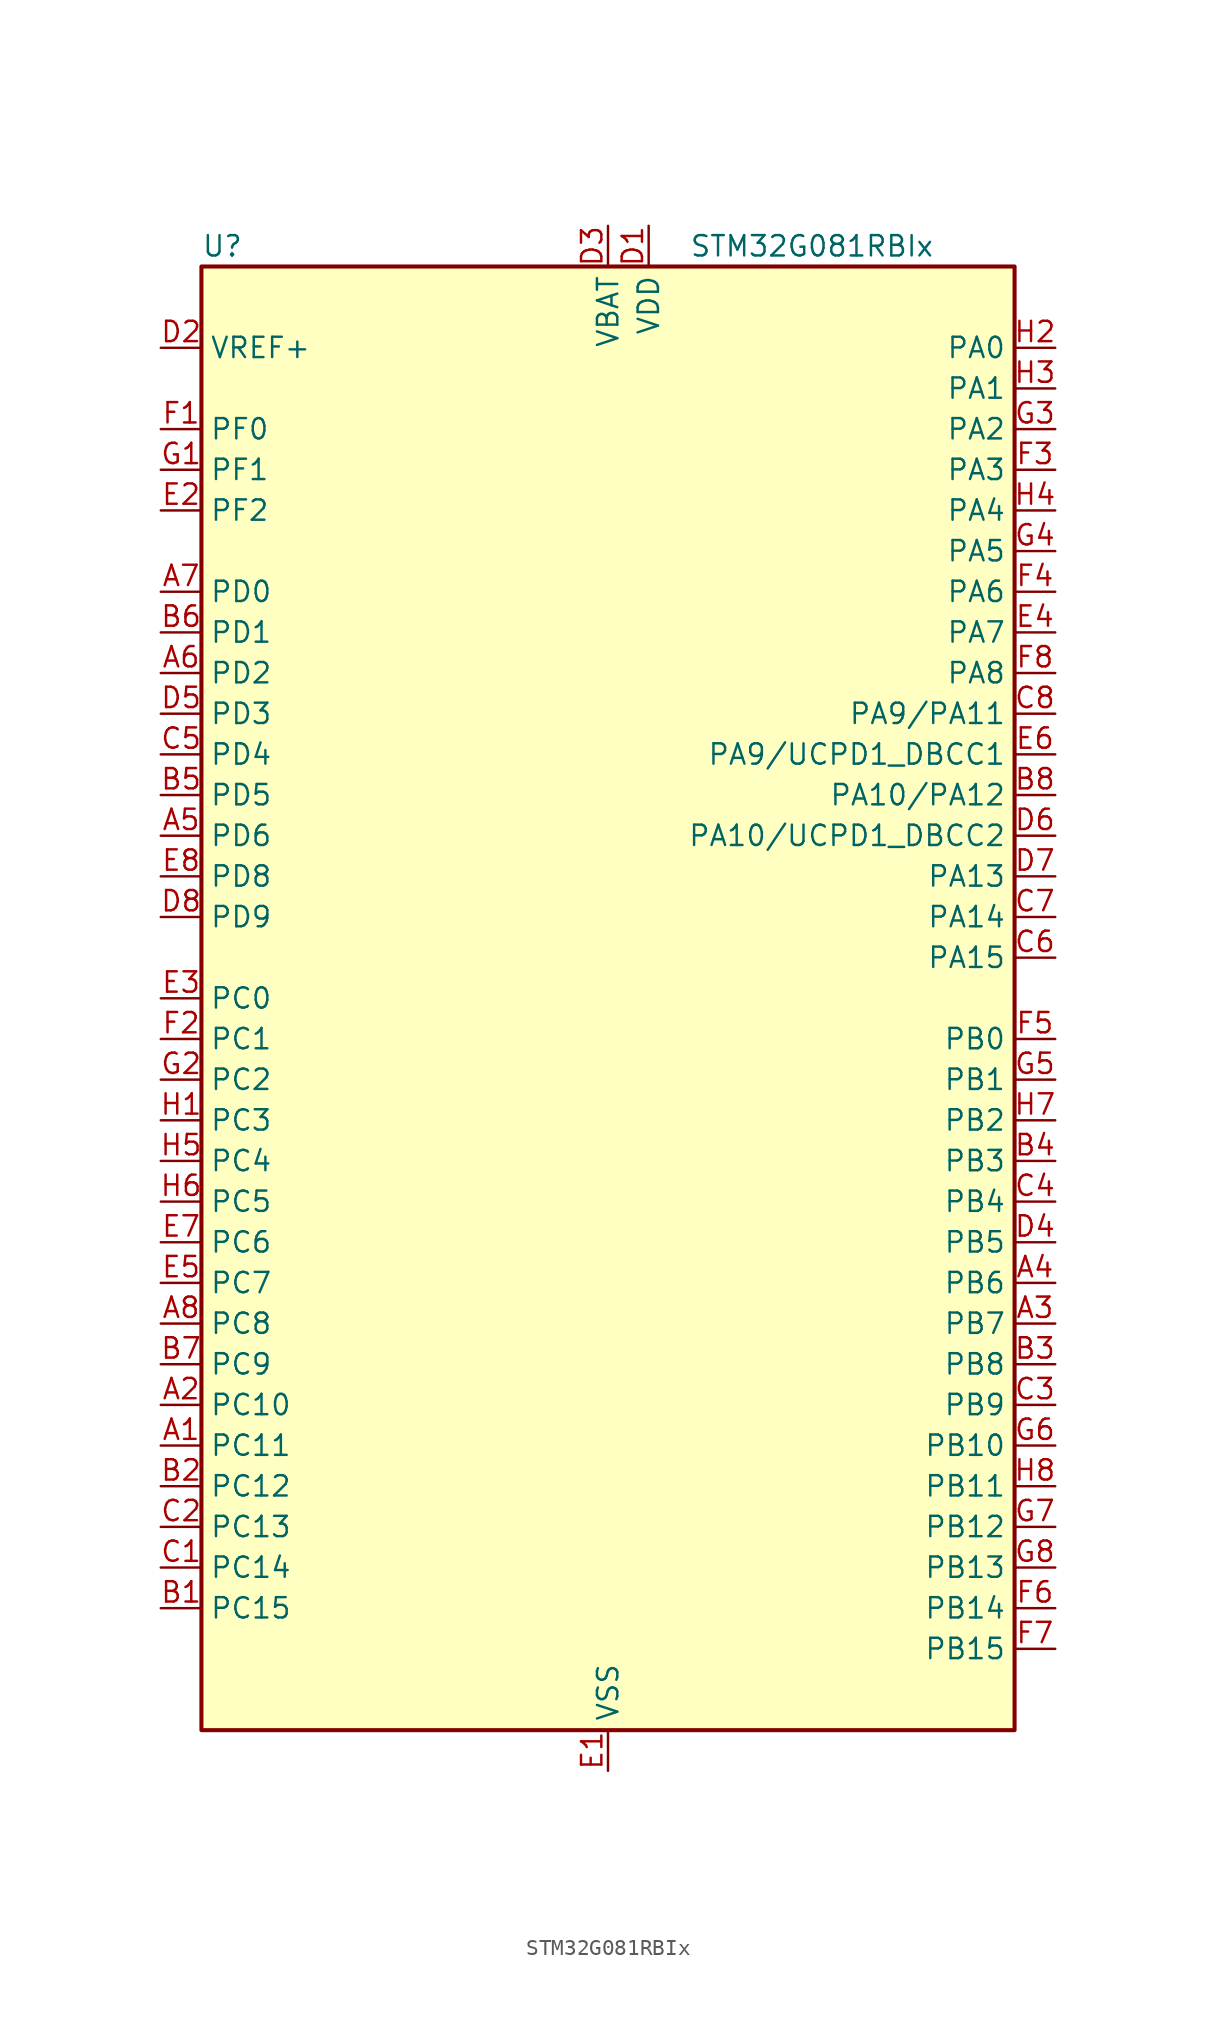
<source format=kicad_sym>
(kicad_symbol_lib
  (version 20231120)
  (generator "kicad-library-utils")
  (generator_version "8.0")
  (symbol "STM32G081RBIx"
    (property "Reference" "U"
      (at -25.4 46.99 0)
      (effects (font (size 1.27 1.27)) (justify left)))
    (property "Value" "STM32G081RBIx"
      (at 5.08 46.99 0)
      (effects (font (size 1.27 1.27)) (justify left)))
    (symbol "STM32G081RBIx_0_1"
      (rectangle (start -25.4 -45.72) (end 25.4 45.72) (stroke (width 0.254) (type default)) (fill (type background))))
    (symbol "STM32G081RBIx_1_1"
      (pin bidirectional line (at -27.94 -27.94 0) (length 2.54) (name "PC11" (effects (font (size 1.27 1.27)))) (number "A1" (effects (font (size 1.27 1.27)))) (alternate "ADC1_EXTI11" bidirectional line) (alternate "TIM1_CH4" bidirectional line) (alternate "USART3_RX" bidirectional line) (alternate "USART4_RX" bidirectional line))
      (pin bidirectional line (at -27.94 -25.4 0) (length 2.54) (name "PC10" (effects (font (size 1.27 1.27)))) (number "A2" (effects (font (size 1.27 1.27)))) (alternate "TIM1_CH3" bidirectional line) (alternate "USART3_TX" bidirectional line) (alternate "USART4_TX" bidirectional line))
      (pin bidirectional line (at 27.94 -20.32 180) (length 2.54) (name "PB7" (effects (font (size 1.27 1.27)))) (number "A3" (effects (font (size 1.27 1.27)))) (alternate "COMP2_INM" bidirectional line) (alternate "I2C1_SDA" bidirectional line) (alternate "LPTIM1_IN2" bidirectional line) (alternate "SPI2_MOSI" bidirectional line) (alternate "SYS_PVD_IN" bidirectional line) (alternate "TIM17_CH1N" bidirectional line) (alternate "USART1_RX" bidirectional line) (alternate "USART4_CTS" bidirectional line) (alternate "USART4_NSS" bidirectional line))
      (pin bidirectional line (at 27.94 -17.78 180) (length 2.54) (name "PB6" (effects (font (size 1.27 1.27)))) (number "A4" (effects (font (size 1.27 1.27)))) (alternate "COMP2_INP" bidirectional line) (alternate "I2C1_SCL" bidirectional line) (alternate "LPTIM1_ETR" bidirectional line) (alternate "SPI2_MISO" bidirectional line) (alternate "TIM16_CH1N" bidirectional line) (alternate "TIM1_CH3" bidirectional line) (alternate "USART1_TX" bidirectional line))
      (pin bidirectional line (at -27.94 10.16 0) (length 2.54) (name "PD6" (effects (font (size 1.27 1.27)))) (number "A5" (effects (font (size 1.27 1.27)))) (alternate "I2S1_SD" bidirectional line) (alternate "LPTIM2_OUT" bidirectional line) (alternate "SPI1_MOSI" bidirectional line) (alternate "USART2_RX" bidirectional line))
      (pin bidirectional line (at -27.94 20.32 0) (length 2.54) (name "PD2" (effects (font (size 1.27 1.27)))) (number "A6" (effects (font (size 1.27 1.27)))) (alternate "TIM1_CH1N" bidirectional line) (alternate "TIM3_ETR" bidirectional line) (alternate "UCPD2_CC2" bidirectional line) (alternate "USART3_CK" bidirectional line) (alternate "USART3_DE" bidirectional line) (alternate "USART3_RTS" bidirectional line))
      (pin bidirectional line (at -27.94 25.4 0) (length 2.54) (name "PD0" (effects (font (size 1.27 1.27)))) (number "A7" (effects (font (size 1.27 1.27)))) (alternate "SPI2_NSS" bidirectional line) (alternate "TIM16_CH1" bidirectional line) (alternate "UCPD2_CC1" bidirectional line))
      (pin bidirectional line (at -27.94 -20.32 0) (length 2.54) (name "PC8" (effects (font (size 1.27 1.27)))) (number "A8" (effects (font (size 1.27 1.27)))) (alternate "TIM1_CH1" bidirectional line) (alternate "TIM3_CH3" bidirectional line) (alternate "UCPD2_FRSTX1" bidirectional line) (alternate "UCPD2_FRSTX2" bidirectional line))
      (pin bidirectional line (at -27.94 -38.1 0) (length 2.54) (name "PC15" (effects (font (size 1.27 1.27)))) (number "B1" (effects (font (size 1.27 1.27)))) (alternate "RCC_OSC32_EN" bidirectional line) (alternate "RCC_OSC32_OUT" bidirectional line) (alternate "RCC_OSC_EN" bidirectional line) (alternate "TIM15_BK" bidirectional line))
      (pin bidirectional line (at -27.94 -30.48 0) (length 2.54) (name "PC12" (effects (font (size 1.27 1.27)))) (number "B2" (effects (font (size 1.27 1.27)))) (alternate "LPTIM1_IN1" bidirectional line) (alternate "TIM14_CH1" bidirectional line) (alternate "UCPD1_FRSTX1" bidirectional line) (alternate "UCPD1_FRSTX2" bidirectional line))
      (pin bidirectional line (at 27.94 -22.86 180) (length 2.54) (name "PB8" (effects (font (size 1.27 1.27)))) (number "B3" (effects (font (size 1.27 1.27)))) (alternate "CEC" bidirectional line) (alternate "I2C1_SCL" bidirectional line) (alternate "SPI2_SCK" bidirectional line) (alternate "TIM15_BK" bidirectional line) (alternate "TIM16_CH1" bidirectional line) (alternate "USART3_TX" bidirectional line))
      (pin bidirectional line (at 27.94 -10.16 180) (length 2.54) (name "PB3" (effects (font (size 1.27 1.27)))) (number "B4" (effects (font (size 1.27 1.27)))) (alternate "COMP2_INM" bidirectional line) (alternate "I2S1_CK" bidirectional line) (alternate "SPI1_SCK" bidirectional line) (alternate "TIM1_CH2" bidirectional line) (alternate "TIM2_CH2" bidirectional line) (alternate "USART1_CK" bidirectional line) (alternate "USART1_DE" bidirectional line) (alternate "USART1_RTS" bidirectional line))
      (pin bidirectional line (at -27.94 12.7 0) (length 2.54) (name "PD5" (effects (font (size 1.27 1.27)))) (number "B5" (effects (font (size 1.27 1.27)))) (alternate "I2S1_MCK" bidirectional line) (alternate "SPI1_MISO" bidirectional line) (alternate "TIM1_BK" bidirectional line) (alternate "USART2_TX" bidirectional line))
      (pin bidirectional line (at -27.94 22.86 0) (length 2.54) (name "PD1" (effects (font (size 1.27 1.27)))) (number "B6" (effects (font (size 1.27 1.27)))) (alternate "SPI2_SCK" bidirectional line) (alternate "TIM17_CH1" bidirectional line) (alternate "UCPD2_DBCC1" bidirectional line))
      (pin bidirectional line (at -27.94 -22.86 0) (length 2.54) (name "PC9" (effects (font (size 1.27 1.27)))) (number "B7" (effects (font (size 1.27 1.27)))) (alternate "DAC1_EXTI9" bidirectional line) (alternate "I2S_CKIN" bidirectional line) (alternate "TIM1_CH2" bidirectional line) (alternate "TIM3_CH4" bidirectional line))
      (pin bidirectional line (at 27.94 12.7 180) (length 2.54) (name "PA10/PA12" (effects (font (size 1.27 1.27)))) (number "B8" (effects (font (size 1.27 1.27)))) (alternate "PA10" bidirectional line) (alternate "I2C1_SDA (PA10)" bidirectional line) (alternate "SPI2_MOSI (PA10)" bidirectional line) (alternate "TIM17_BK (PA10)" bidirectional line) (alternate "TIM1_CH3 (PA10)" bidirectional line) (alternate "USART1_RX (PA10)" bidirectional line) (alternate "PA12" bidirectional line) (alternate "COMP2_OUT (PA12)" bidirectional line) (alternate "I2C2_SDA (PA12)" bidirectional line) (alternate "I2S1_SD (PA12)" bidirectional line) (alternate "I2S_CKIN (PA12)" bidirectional line) (alternate "SPI1_MOSI (PA12)" bidirectional line) (alternate "TIM1_ETR (PA12)" bidirectional line) (alternate "USART1_CK (PA12)" bidirectional line) (alternate "USART1_DE (PA12)" bidirectional line) (alternate "USART1_RTS (PA12)" bidirectional line))
      (pin bidirectional line (at -27.94 -35.56 0) (length 2.54) (name "PC14" (effects (font (size 1.27 1.27)))) (number "C1" (effects (font (size 1.27 1.27)))) (alternate "RCC_OSC32_IN" bidirectional line) (alternate "TIM1_BK2" bidirectional line))
      (pin bidirectional line (at -27.94 -33.02 0) (length 2.54) (name "PC13" (effects (font (size 1.27 1.27)))) (number "C2" (effects (font (size 1.27 1.27)))) (alternate "RTC_OUT_ALARM" bidirectional line) (alternate "RTC_OUT_CALIB" bidirectional line) (alternate "RTC_TAMP_IN1" bidirectional line) (alternate "RTC_TS" bidirectional line) (alternate "SYS_WKUP2" bidirectional line) (alternate "TIM1_BK" bidirectional line))
      (pin bidirectional line (at 27.94 -25.4 180) (length 2.54) (name "PB9" (effects (font (size 1.27 1.27)))) (number "C3" (effects (font (size 1.27 1.27)))) (alternate "DAC1_EXTI9" bidirectional line) (alternate "I2C1_SDA" bidirectional line) (alternate "IR_OUT" bidirectional line) (alternate "SPI2_NSS" bidirectional line) (alternate "TIM17_CH1" bidirectional line) (alternate "UCPD2_FRSTX1" bidirectional line) (alternate "UCPD2_FRSTX2" bidirectional line) (alternate "USART3_RX" bidirectional line))
      (pin bidirectional line (at 27.94 -12.7 180) (length 2.54) (name "PB4" (effects (font (size 1.27 1.27)))) (number "C4" (effects (font (size 1.27 1.27)))) (alternate "COMP2_INP" bidirectional line) (alternate "I2S1_MCK" bidirectional line) (alternate "SPI1_MISO" bidirectional line) (alternate "TIM17_BK" bidirectional line) (alternate "TIM3_CH1" bidirectional line) (alternate "USART1_CTS" bidirectional line) (alternate "USART1_NSS" bidirectional line))
      (pin bidirectional line (at -27.94 15.24 0) (length 2.54) (name "PD4" (effects (font (size 1.27 1.27)))) (number "C5" (effects (font (size 1.27 1.27)))) (alternate "SPI2_MOSI" bidirectional line) (alternate "TIM1_CH3N" bidirectional line) (alternate "USART2_CK" bidirectional line) (alternate "USART2_DE" bidirectional line) (alternate "USART2_RTS" bidirectional line))
      (pin bidirectional line (at 27.94 2.54 180) (length 2.54) (name "PA15" (effects (font (size 1.27 1.27)))) (number "C6" (effects (font (size 1.27 1.27)))) (alternate "I2S1_WS" bidirectional line) (alternate "SPI1_NSS" bidirectional line) (alternate "TIM2_CH1" bidirectional line) (alternate "TIM2_ETR" bidirectional line) (alternate "USART2_RX" bidirectional line) (alternate "USART3_CK" bidirectional line) (alternate "USART3_DE" bidirectional line) (alternate "USART3_RTS" bidirectional line) (alternate "USART4_CK" bidirectional line) (alternate "USART4_DE" bidirectional line) (alternate "USART4_RTS" bidirectional line))
      (pin bidirectional line (at 27.94 5.08 180) (length 2.54) (name "PA14" (effects (font (size 1.27 1.27)))) (number "C7" (effects (font (size 1.27 1.27)))) (alternate "SYS_SWCLK" bidirectional line) (alternate "USART2_TX" bidirectional line))
      (pin bidirectional line (at 27.94 17.78 180) (length 2.54) (name "PA9/PA11" (effects (font (size 1.27 1.27)))) (number "C8" (effects (font (size 1.27 1.27)))) (alternate "PA9" bidirectional line) (alternate "DAC1_EXTI9 (PA9)" bidirectional line) (alternate "I2C1_SCL (PA9)" bidirectional line) (alternate "RCC_MCO (PA9)" bidirectional line) (alternate "SPI2_MISO (PA9)" bidirectional line) (alternate "TIM15_BK (PA9)" bidirectional line) (alternate "TIM1_CH2 (PA9)" bidirectional line) (alternate "USART1_TX (PA9)" bidirectional line) (alternate "PA11" bidirectional line) (alternate "ADC1_EXTI11 (PA11)" bidirectional line) (alternate "COMP1_OUT (PA11)" bidirectional line) (alternate "I2C2_SCL (PA11)" bidirectional line) (alternate "I2S1_MCK (PA11)" bidirectional line) (alternate "SPI1_MISO (PA11)" bidirectional line) (alternate "TIM1_BK2 (PA11)" bidirectional line) (alternate "TIM1_CH4 (PA11)" bidirectional line) (alternate "USART1_CTS (PA11)" bidirectional line) (alternate "USART1_NSS (PA11)" bidirectional line))
      (pin power_in line (at 2.54 48.26 270) (length 2.54) (name "VDD" (effects (font (size 1.27 1.27)))) (number "D1" (effects (font (size 1.27 1.27)))))
      (pin input line (at -27.94 40.64 0) (length 2.54) (name "VREF+" (effects (font (size 1.27 1.27)))) (number "D2" (effects (font (size 1.27 1.27)))) (alternate "VREFBUF_OUT" bidirectional line))
      (pin power_in line (at 0 48.26 270) (length 2.54) (name "VBAT" (effects (font (size 1.27 1.27)))) (number "D3" (effects (font (size 1.27 1.27)))))
      (pin bidirectional line (at 27.94 -15.24 180) (length 2.54) (name "PB5" (effects (font (size 1.27 1.27)))) (number "D4" (effects (font (size 1.27 1.27)))) (alternate "COMP2_OUT" bidirectional line) (alternate "I2C1_SMBA" bidirectional line) (alternate "I2S1_SD" bidirectional line) (alternate "LPTIM1_IN1" bidirectional line) (alternate "SPI1_MOSI" bidirectional line) (alternate "SYS_WKUP6" bidirectional line) (alternate "TIM16_BK" bidirectional line) (alternate "TIM3_CH2" bidirectional line))
      (pin bidirectional line (at -27.94 17.78 0) (length 2.54) (name "PD3" (effects (font (size 1.27 1.27)))) (number "D5" (effects (font (size 1.27 1.27)))) (alternate "SPI2_MISO" bidirectional line) (alternate "TIM1_CH2N" bidirectional line) (alternate "UCPD2_DBCC2" bidirectional line) (alternate "USART2_CTS" bidirectional line) (alternate "USART2_NSS" bidirectional line))
      (pin bidirectional line (at 27.94 10.16 180) (length 2.54) (name "PA10/UCPD1_DBCC2" (effects (font (size 1.27 1.27)))) (number "D6" (effects (font (size 1.27 1.27)))) (alternate "PA10" bidirectional line) (alternate "I2C1_SDA (PA10)" bidirectional line) (alternate "SPI2_MOSI (PA10)" bidirectional line) (alternate "TIM17_BK (PA10)" bidirectional line) (alternate "TIM1_CH3 (PA10)" bidirectional line) (alternate "UCPD1_DBCC2 (PA10)" bidirectional line) (alternate "USART1_RX (PA10)" bidirectional line) (alternate "UCPD1_DBCC2" bidirectional line) (alternate "UCPD1_DBCC2 (UCPD1_DBCC2)" bidirectional line))
      (pin bidirectional line (at 27.94 7.62 180) (length 2.54) (name "PA13" (effects (font (size 1.27 1.27)))) (number "D7" (effects (font (size 1.27 1.27)))) (alternate "IR_OUT" bidirectional line) (alternate "SYS_SWDIO" bidirectional line))
      (pin bidirectional line (at -27.94 5.08 0) (length 2.54) (name "PD9" (effects (font (size 1.27 1.27)))) (number "D8" (effects (font (size 1.27 1.27)))) (alternate "DAC1_EXTI9" bidirectional line) (alternate "I2S1_WS" bidirectional line) (alternate "SPI1_NSS" bidirectional line) (alternate "TIM1_BK2" bidirectional line) (alternate "USART3_RX" bidirectional line))
      (pin power_in line (at 0 -48.26 90) (length 2.54) (name "VSS" (effects (font (size 1.27 1.27)))) (number "E1" (effects (font (size 1.27 1.27)))))
      (pin bidirectional line (at -27.94 30.48 0) (length 2.54) (name "PF2" (effects (font (size 1.27 1.27)))) (number "E2" (effects (font (size 1.27 1.27)))) (alternate "RCC_MCO" bidirectional line))
      (pin bidirectional line (at -27.94 0 0) (length 2.54) (name "PC0" (effects (font (size 1.27 1.27)))) (number "E3" (effects (font (size 1.27 1.27)))) (alternate "LPTIM1_IN1" bidirectional line) (alternate "LPTIM2_IN1" bidirectional line) (alternate "LPUART1_RX" bidirectional line))
      (pin bidirectional line (at 27.94 22.86 180) (length 2.54) (name "PA7" (effects (font (size 1.27 1.27)))) (number "E4" (effects (font (size 1.27 1.27)))) (alternate "ADC1_IN7" bidirectional line) (alternate "COMP2_OUT" bidirectional line) (alternate "I2S1_SD" bidirectional line) (alternate "SPI1_MOSI" bidirectional line) (alternate "TIM14_CH1" bidirectional line) (alternate "TIM17_CH1" bidirectional line) (alternate "TIM1_CH1N" bidirectional line) (alternate "TIM3_CH2" bidirectional line) (alternate "UCPD1_FRSTX1" bidirectional line) (alternate "UCPD1_FRSTX2" bidirectional line))
      (pin bidirectional line (at -27.94 -17.78 0) (length 2.54) (name "PC7" (effects (font (size 1.27 1.27)))) (number "E5" (effects (font (size 1.27 1.27)))) (alternate "TIM2_CH4" bidirectional line) (alternate "TIM3_CH2" bidirectional line) (alternate "UCPD2_FRSTX1" bidirectional line) (alternate "UCPD2_FRSTX2" bidirectional line))
      (pin bidirectional line (at 27.94 15.24 180) (length 2.54) (name "PA9/UCPD1_DBCC1" (effects (font (size 1.27 1.27)))) (number "E6" (effects (font (size 1.27 1.27)))) (alternate "PA9" bidirectional line) (alternate "DAC1_EXTI9 (PA9)" bidirectional line) (alternate "I2C1_SCL (PA9)" bidirectional line) (alternate "RCC_MCO (PA9)" bidirectional line) (alternate "SPI2_MISO (PA9)" bidirectional line) (alternate "TIM15_BK (PA9)" bidirectional line) (alternate "TIM1_CH2 (PA9)" bidirectional line) (alternate "UCPD1_DBCC1 (PA9)" bidirectional line) (alternate "USART1_TX (PA9)" bidirectional line) (alternate "UCPD1_DBCC1" bidirectional line) (alternate "UCPD1_DBCC1 (UCPD1_DBCC1)" bidirectional line))
      (pin bidirectional line (at -27.94 -15.24 0) (length 2.54) (name "PC6" (effects (font (size 1.27 1.27)))) (number "E7" (effects (font (size 1.27 1.27)))) (alternate "TIM2_CH3" bidirectional line) (alternate "TIM3_CH1" bidirectional line) (alternate "UCPD1_FRSTX1" bidirectional line) (alternate "UCPD1_FRSTX2" bidirectional line))
      (pin bidirectional line (at -27.94 7.62 0) (length 2.54) (name "PD8" (effects (font (size 1.27 1.27)))) (number "E8" (effects (font (size 1.27 1.27)))) (alternate "I2S1_CK" bidirectional line) (alternate "LPTIM1_OUT" bidirectional line) (alternate "SPI1_SCK" bidirectional line) (alternate "USART3_TX" bidirectional line))
      (pin bidirectional line (at -27.94 35.56 0) (length 2.54) (name "PF0" (effects (font (size 1.27 1.27)))) (number "F1" (effects (font (size 1.27 1.27)))) (alternate "RCC_OSC_IN" bidirectional line) (alternate "TIM14_CH1" bidirectional line))
      (pin bidirectional line (at -27.94 -2.54 0) (length 2.54) (name "PC1" (effects (font (size 1.27 1.27)))) (number "F2" (effects (font (size 1.27 1.27)))) (alternate "LPTIM1_OUT" bidirectional line) (alternate "LPUART1_TX" bidirectional line) (alternate "TIM15_CH1" bidirectional line))
      (pin bidirectional line (at 27.94 33.02 180) (length 2.54) (name "PA3" (effects (font (size 1.27 1.27)))) (number "F3" (effects (font (size 1.27 1.27)))) (alternate "ADC1_IN3" bidirectional line) (alternate "COMP2_INP" bidirectional line) (alternate "LPUART1_RX" bidirectional line) (alternate "SPI2_MISO" bidirectional line) (alternate "TIM15_CH2" bidirectional line) (alternate "TIM2_CH4" bidirectional line) (alternate "UCPD2_FRSTX1" bidirectional line) (alternate "UCPD2_FRSTX2" bidirectional line) (alternate "USART2_RX" bidirectional line))
      (pin bidirectional line (at 27.94 25.4 180) (length 2.54) (name "PA6" (effects (font (size 1.27 1.27)))) (number "F4" (effects (font (size 1.27 1.27)))) (alternate "ADC1_IN6" bidirectional line) (alternate "COMP1_OUT" bidirectional line) (alternate "I2S1_MCK" bidirectional line) (alternate "LPUART1_CTS" bidirectional line) (alternate "SPI1_MISO" bidirectional line) (alternate "TIM16_CH1" bidirectional line) (alternate "TIM1_BK" bidirectional line) (alternate "TIM3_CH1" bidirectional line) (alternate "USART3_CTS" bidirectional line) (alternate "USART3_NSS" bidirectional line))
      (pin bidirectional line (at 27.94 -2.54 180) (length 2.54) (name "PB0" (effects (font (size 1.27 1.27)))) (number "F5" (effects (font (size 1.27 1.27)))) (alternate "ADC1_IN8" bidirectional line) (alternate "COMP1_OUT" bidirectional line) (alternate "I2S1_WS" bidirectional line) (alternate "LPTIM1_OUT" bidirectional line) (alternate "SPI1_NSS" bidirectional line) (alternate "TIM1_CH2N" bidirectional line) (alternate "TIM3_CH3" bidirectional line) (alternate "UCPD1_FRSTX1" bidirectional line) (alternate "UCPD1_FRSTX2" bidirectional line) (alternate "USART3_RX" bidirectional line))
      (pin bidirectional line (at 27.94 -38.1 180) (length 2.54) (name "PB14" (effects (font (size 1.27 1.27)))) (number "F6" (effects (font (size 1.27 1.27)))) (alternate "I2C2_SDA" bidirectional line) (alternate "SPI2_MISO" bidirectional line) (alternate "TIM15_CH1" bidirectional line) (alternate "TIM1_CH2N" bidirectional line) (alternate "UCPD1_FRSTX1" bidirectional line) (alternate "UCPD1_FRSTX2" bidirectional line) (alternate "USART3_CK" bidirectional line) (alternate "USART3_DE" bidirectional line) (alternate "USART3_RTS" bidirectional line))
      (pin bidirectional line (at 27.94 -40.64 180) (length 2.54) (name "PB15" (effects (font (size 1.27 1.27)))) (number "F7" (effects (font (size 1.27 1.27)))) (alternate "RTC_REFIN" bidirectional line) (alternate "SPI2_MOSI" bidirectional line) (alternate "TIM15_CH1N" bidirectional line) (alternate "TIM15_CH2" bidirectional line) (alternate "TIM1_CH3N" bidirectional line) (alternate "UCPD1_CC2" bidirectional line))
      (pin bidirectional line (at 27.94 20.32 180) (length 2.54) (name "PA8" (effects (font (size 1.27 1.27)))) (number "F8" (effects (font (size 1.27 1.27)))) (alternate "LPTIM2_OUT" bidirectional line) (alternate "RCC_MCO" bidirectional line) (alternate "SPI2_NSS" bidirectional line) (alternate "TIM1_CH1" bidirectional line) (alternate "UCPD1_CC1" bidirectional line))
      (pin bidirectional line (at -27.94 33.02 0) (length 2.54) (name "PF1" (effects (font (size 1.27 1.27)))) (number "G1" (effects (font (size 1.27 1.27)))) (alternate "RCC_OSC_EN" bidirectional line) (alternate "RCC_OSC_OUT" bidirectional line) (alternate "TIM15_CH1N" bidirectional line))
      (pin bidirectional line (at -27.94 -5.08 0) (length 2.54) (name "PC2" (effects (font (size 1.27 1.27)))) (number "G2" (effects (font (size 1.27 1.27)))) (alternate "LPTIM1_IN2" bidirectional line) (alternate "SPI2_MISO" bidirectional line) (alternate "TIM15_CH2" bidirectional line))
      (pin bidirectional line (at 27.94 35.56 180) (length 2.54) (name "PA2" (effects (font (size 1.27 1.27)))) (number "G3" (effects (font (size 1.27 1.27)))) (alternate "ADC1_IN2" bidirectional line) (alternate "COMP2_INM" bidirectional line) (alternate "COMP2_OUT" bidirectional line) (alternate "I2S1_SD" bidirectional line) (alternate "LPUART1_TX" bidirectional line) (alternate "RCC_LSCO" bidirectional line) (alternate "SPI1_MOSI" bidirectional line) (alternate "SYS_WKUP4" bidirectional line) (alternate "TIM15_CH1" bidirectional line) (alternate "TIM2_CH3" bidirectional line) (alternate "UCPD1_FRSTX1" bidirectional line) (alternate "UCPD1_FRSTX2" bidirectional line) (alternate "USART2_TX" bidirectional line))
      (pin bidirectional line (at 27.94 27.94 180) (length 2.54) (name "PA5" (effects (font (size 1.27 1.27)))) (number "G4" (effects (font (size 1.27 1.27)))) (alternate "ADC1_IN5" bidirectional line) (alternate "CEC" bidirectional line) (alternate "DAC1_OUT2" bidirectional line) (alternate "I2S1_CK" bidirectional line) (alternate "LPTIM2_ETR" bidirectional line) (alternate "SPI1_SCK" bidirectional line) (alternate "TIM2_CH1" bidirectional line) (alternate "TIM2_ETR" bidirectional line) (alternate "UCPD1_FRSTX1" bidirectional line) (alternate "UCPD1_FRSTX2" bidirectional line) (alternate "USART3_TX" bidirectional line))
      (pin bidirectional line (at 27.94 -5.08 180) (length 2.54) (name "PB1" (effects (font (size 1.27 1.27)))) (number "G5" (effects (font (size 1.27 1.27)))) (alternate "ADC1_IN9" bidirectional line) (alternate "COMP1_INM" bidirectional line) (alternate "LPTIM2_IN1" bidirectional line) (alternate "LPUART1_DE" bidirectional line) (alternate "LPUART1_RTS" bidirectional line) (alternate "TIM14_CH1" bidirectional line) (alternate "TIM1_CH3N" bidirectional line) (alternate "TIM3_CH4" bidirectional line) (alternate "USART3_CK" bidirectional line) (alternate "USART3_DE" bidirectional line) (alternate "USART3_RTS" bidirectional line))
      (pin bidirectional line (at 27.94 -27.94 180) (length 2.54) (name "PB10" (effects (font (size 1.27 1.27)))) (number "G6" (effects (font (size 1.27 1.27)))) (alternate "ADC1_IN11" bidirectional line) (alternate "CEC" bidirectional line) (alternate "COMP1_OUT" bidirectional line) (alternate "I2C2_SCL" bidirectional line) (alternate "LPUART1_RX" bidirectional line) (alternate "SPI2_SCK" bidirectional line) (alternate "TIM2_CH3" bidirectional line) (alternate "USART3_TX" bidirectional line))
      (pin bidirectional line (at 27.94 -33.02 180) (length 2.54) (name "PB12" (effects (font (size 1.27 1.27)))) (number "G7" (effects (font (size 1.27 1.27)))) (alternate "ADC1_IN16" bidirectional line) (alternate "LPUART1_DE" bidirectional line) (alternate "LPUART1_RTS" bidirectional line) (alternate "SPI2_NSS" bidirectional line) (alternate "TIM15_BK" bidirectional line) (alternate "TIM1_BK" bidirectional line) (alternate "UCPD2_FRSTX1" bidirectional line) (alternate "UCPD2_FRSTX2" bidirectional line))
      (pin bidirectional line (at 27.94 -35.56 180) (length 2.54) (name "PB13" (effects (font (size 1.27 1.27)))) (number "G8" (effects (font (size 1.27 1.27)))) (alternate "I2C2_SCL" bidirectional line) (alternate "LPUART1_CTS" bidirectional line) (alternate "SPI2_SCK" bidirectional line) (alternate "TIM15_CH1N" bidirectional line) (alternate "TIM1_CH1N" bidirectional line) (alternate "USART3_CTS" bidirectional line) (alternate "USART3_NSS" bidirectional line))
      (pin bidirectional line (at -27.94 -7.62 0) (length 2.54) (name "PC3" (effects (font (size 1.27 1.27)))) (number "H1" (effects (font (size 1.27 1.27)))) (alternate "LPTIM1_ETR" bidirectional line) (alternate "LPTIM2_ETR" bidirectional line) (alternate "SPI2_MOSI" bidirectional line))
      (pin bidirectional line (at 27.94 40.64 180) (length 2.54) (name "PA0" (effects (font (size 1.27 1.27)))) (number "H2" (effects (font (size 1.27 1.27)))) (alternate "ADC1_IN0" bidirectional line) (alternate "COMP1_INM" bidirectional line) (alternate "COMP1_OUT" bidirectional line) (alternate "LPTIM1_OUT" bidirectional line) (alternate "RTC_TAMP_IN2" bidirectional line) (alternate "SPI2_SCK" bidirectional line) (alternate "SYS_WKUP1" bidirectional line) (alternate "TIM2_CH1" bidirectional line) (alternate "TIM2_ETR" bidirectional line) (alternate "UCPD2_FRSTX1" bidirectional line) (alternate "UCPD2_FRSTX2" bidirectional line) (alternate "USART2_CTS" bidirectional line) (alternate "USART2_NSS" bidirectional line) (alternate "USART4_TX" bidirectional line))
      (pin bidirectional line (at 27.94 38.1 180) (length 2.54) (name "PA1" (effects (font (size 1.27 1.27)))) (number "H3" (effects (font (size 1.27 1.27)))) (alternate "ADC1_IN1" bidirectional line) (alternate "COMP1_INP" bidirectional line) (alternate "I2C1_SMBA" bidirectional line) (alternate "I2S1_CK" bidirectional line) (alternate "SPI1_SCK" bidirectional line) (alternate "TIM15_CH1N" bidirectional line) (alternate "TIM2_CH2" bidirectional line) (alternate "USART2_CK" bidirectional line) (alternate "USART2_DE" bidirectional line) (alternate "USART2_RTS" bidirectional line) (alternate "USART4_RX" bidirectional line))
      (pin bidirectional line (at 27.94 30.48 180) (length 2.54) (name "PA4" (effects (font (size 1.27 1.27)))) (number "H4" (effects (font (size 1.27 1.27)))) (alternate "ADC1_IN4" bidirectional line) (alternate "DAC1_OUT1" bidirectional line) (alternate "I2S1_WS" bidirectional line) (alternate "LPTIM2_OUT" bidirectional line) (alternate "RTC_OUT_ALARM" bidirectional line) (alternate "RTC_OUT_CALIB" bidirectional line) (alternate "SPI1_NSS" bidirectional line) (alternate "SPI2_MOSI" bidirectional line) (alternate "TIM14_CH1" bidirectional line) (alternate "UCPD2_FRSTX1" bidirectional line) (alternate "UCPD2_FRSTX2" bidirectional line))
      (pin bidirectional line (at -27.94 -10.16 0) (length 2.54) (name "PC4" (effects (font (size 1.27 1.27)))) (number "H5" (effects (font (size 1.27 1.27)))) (alternate "ADC1_IN17" bidirectional line) (alternate "COMP1_INM" bidirectional line) (alternate "TIM2_CH1" bidirectional line) (alternate "TIM2_ETR" bidirectional line) (alternate "USART1_TX" bidirectional line) (alternate "USART3_TX" bidirectional line))
      (pin bidirectional line (at -27.94 -12.7 0) (length 2.54) (name "PC5" (effects (font (size 1.27 1.27)))) (number "H6" (effects (font (size 1.27 1.27)))) (alternate "ADC1_IN18" bidirectional line) (alternate "COMP1_INP" bidirectional line) (alternate "SYS_WKUP5" bidirectional line) (alternate "TIM2_CH2" bidirectional line) (alternate "USART1_RX" bidirectional line) (alternate "USART3_RX" bidirectional line))
      (pin bidirectional line (at 27.94 -7.62 180) (length 2.54) (name "PB2" (effects (font (size 1.27 1.27)))) (number "H7" (effects (font (size 1.27 1.27)))) (alternate "ADC1_IN10" bidirectional line) (alternate "COMP1_INP" bidirectional line) (alternate "LPTIM1_OUT" bidirectional line) (alternate "SPI2_MISO" bidirectional line) (alternate "USART3_TX" bidirectional line))
      (pin bidirectional line (at 27.94 -30.48 180) (length 2.54) (name "PB11" (effects (font (size 1.27 1.27)))) (number "H8" (effects (font (size 1.27 1.27)))) (alternate "ADC1_EXTI11" bidirectional line) (alternate "ADC1_IN15" bidirectional line) (alternate "COMP2_OUT" bidirectional line) (alternate "I2C2_SDA" bidirectional line) (alternate "LPUART1_TX" bidirectional line) (alternate "SPI2_MOSI" bidirectional line) (alternate "TIM2_CH4" bidirectional line) (alternate "USART3_RX" bidirectional line)))))
</source>
